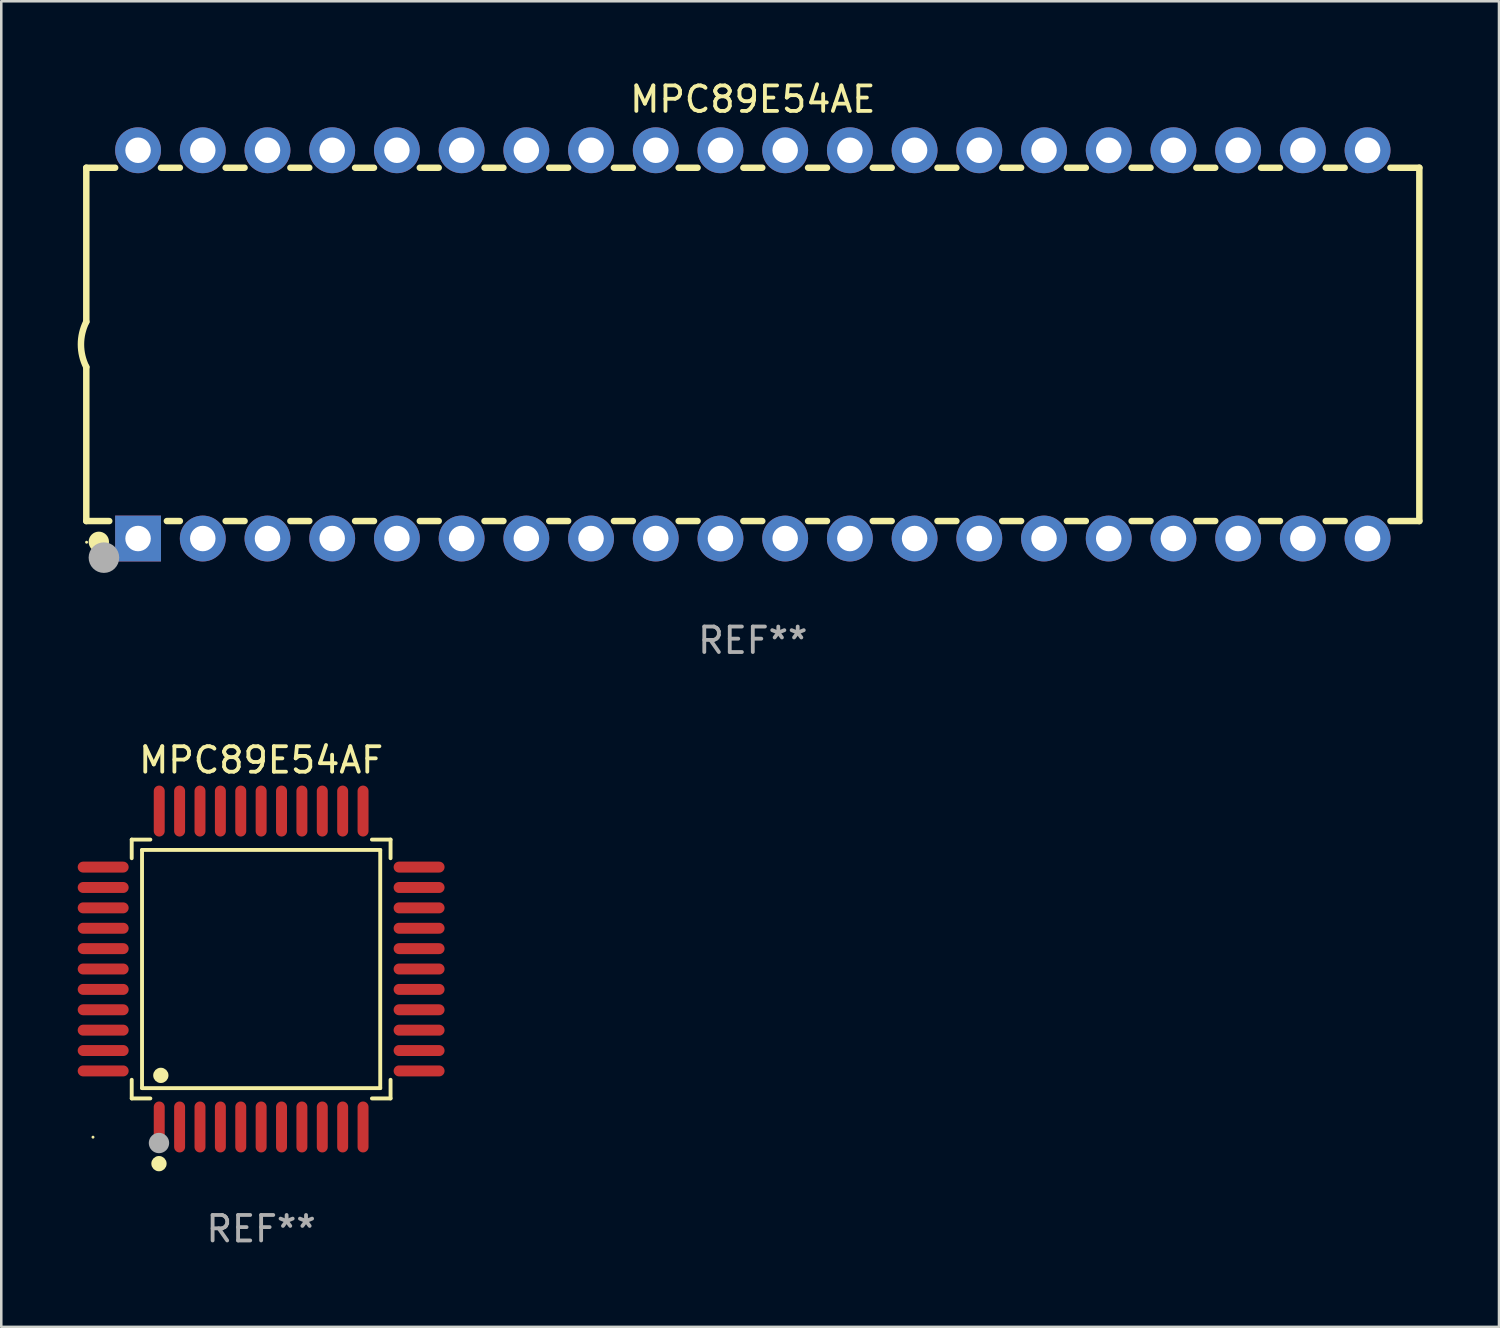
<source format=kicad_pcb>
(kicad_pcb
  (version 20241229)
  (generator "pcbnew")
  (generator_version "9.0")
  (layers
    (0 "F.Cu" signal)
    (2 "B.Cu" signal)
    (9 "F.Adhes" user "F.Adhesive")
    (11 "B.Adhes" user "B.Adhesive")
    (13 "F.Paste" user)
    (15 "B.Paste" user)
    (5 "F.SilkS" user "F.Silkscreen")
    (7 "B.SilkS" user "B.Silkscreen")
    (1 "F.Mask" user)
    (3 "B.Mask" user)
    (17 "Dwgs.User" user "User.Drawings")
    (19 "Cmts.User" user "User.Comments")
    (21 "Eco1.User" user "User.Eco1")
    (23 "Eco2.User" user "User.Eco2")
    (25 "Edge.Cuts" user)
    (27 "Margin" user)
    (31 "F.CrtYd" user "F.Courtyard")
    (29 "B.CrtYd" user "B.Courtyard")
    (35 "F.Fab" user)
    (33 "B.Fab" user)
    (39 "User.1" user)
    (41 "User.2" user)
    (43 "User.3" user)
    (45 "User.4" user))
  (footprint "MPC89E54AF"
    (layer "F.Cu")
    (at 7.2 34.985)
    (property "Reference" "MPC89E54AF" (at 0 -8.2 0) (layer "F.SilkS") (effects (font (size 1 1) (thickness 0.15))))
    (attr through_hole)
    (fp_line (start -5.08 -5.08) (end -4.348 -5.08) (stroke (width 0.152) (type solid)) (layer "F.SilkS"))
    (fp_line (start -5.08 -4.348) (end -5.08 -5.08) (stroke (width 0.152) (type solid)) (layer "F.SilkS"))
    (fp_line (start -5.08 4.348) (end -5.08 5.08) (stroke (width 0.152) (type solid)) (layer "F.SilkS"))
    (fp_line (start -5.08 5.08) (end -4.348 5.08) (stroke (width 0.152) (type solid)) (layer "F.SilkS"))
    (fp_line (start -4.675 -4.675) (end 4.675 -4.675) (stroke (width 0.152) (type solid)) (layer "F.SilkS"))
    (fp_line (start -4.675 4.675) (end -4.675 -4.675) (stroke (width 0.152) (type solid)) (layer "F.SilkS"))
    (fp_line (start 4.675 -4.675) (end 4.675 4.675) (stroke (width 0.152) (type solid)) (layer "F.SilkS"))
    (fp_line (start 4.675 4.675) (end -4.675 4.675) (stroke (width 0.152) (type solid)) (layer "F.SilkS"))
    (fp_line (start 5.08 -5.08) (end 4.348 -5.08) (stroke (width 0.152) (type solid)) (layer "F.SilkS"))
    (fp_line (start 5.08 -4.348) (end 5.08 -5.08) (stroke (width 0.152) (type solid)) (layer "F.SilkS"))
    (fp_line (start 5.08 4.348) (end 5.08 5.08) (stroke (width 0.152) (type solid)) (layer "F.SilkS"))
    (fp_line (start 5.08 5.08) (end 4.348 5.08) (stroke (width 0.152) (type solid)) (layer "F.SilkS"))
    (fp_circle (center -6.6 6.6) (end -6.57 6.6) (stroke (width 0.06) (type solid)) (fill no) (layer "F.SilkS"))
    (fp_circle (center -4.01 7.64) (end -3.86 7.64) (stroke (width 0.3) (type solid)) (fill no) (layer "F.SilkS"))
    (fp_circle (center -3.937 4.175) (end -3.787 4.175) (stroke (width 0.3) (type solid)) (fill no) (layer "F.SilkS"))
    (fp_circle (center -4.01 6.83) (end -3.81 6.83) (stroke (width 0.4) (type solid)) (fill no) (layer "F.Fab"))
    (fp_text user "REF**" (at 0 10.2 0) (layer "F.Fab") (effects (font (size 1 1) (thickness 0.15))))
    (pad "1" smd oval (at -4 6.2) (size 0.43 2) (layers "F.Cu" "F.Mask" "F.Paste"))
    (pad "2" smd oval (at -3.2 6.2) (size 0.43 2) (layers "F.Cu" "F.Mask" "F.Paste"))
    (pad "3" smd oval (at -2.4 6.2) (size 0.43 2) (layers "F.Cu" "F.Mask" "F.Paste"))
    (pad "4" smd oval (at -1.6 6.2) (size 0.43 2) (layers "F.Cu" "F.Mask" "F.Paste"))
    (pad "5" smd oval (at -0.8 6.2) (size 0.43 2) (layers "F.Cu" "F.Mask" "F.Paste"))
    (pad "6" smd oval (at 0 6.2) (size 0.43 2) (layers "F.Cu" "F.Mask" "F.Paste"))
    (pad "7" smd oval (at 0.8 6.2) (size 0.43 2) (layers "F.Cu" "F.Mask" "F.Paste"))
    (pad "8" smd oval (at 1.6 6.2) (size 0.43 2) (layers "F.Cu" "F.Mask" "F.Paste"))
    (pad "9" smd oval (at 2.4 6.2) (size 0.43 2) (layers "F.Cu" "F.Mask" "F.Paste"))
    (pad "10" smd oval (at 3.2 6.2) (size 0.43 2) (layers "F.Cu" "F.Mask" "F.Paste"))
    (pad "11" smd oval (at 4 6.2) (size 0.43 2) (layers "F.Cu" "F.Mask" "F.Paste"))
    (pad "12" smd oval (at 6.2 4) (size 2 0.43) (layers "F.Cu" "F.Mask" "F.Paste"))
    (pad "13" smd oval (at 6.2 3.2) (size 2 0.43) (layers "F.Cu" "F.Mask" "F.Paste"))
    (pad "14" smd oval (at 6.2 2.4) (size 2 0.43) (layers "F.Cu" "F.Mask" "F.Paste"))
    (pad "15" smd oval (at 6.2 1.6) (size 2 0.43) (layers "F.Cu" "F.Mask" "F.Paste"))
    (pad "16" smd oval (at 6.2 0.8) (size 2 0.43) (layers "F.Cu" "F.Mask" "F.Paste"))
    (pad "17" smd oval (at 6.2 0) (size 2 0.43) (layers "F.Cu" "F.Mask" "F.Paste"))
    (pad "18" smd oval (at 6.2 -0.8) (size 2 0.43) (layers "F.Cu" "F.Mask" "F.Paste"))
    (pad "19" smd oval (at 6.2 -1.6) (size 2 0.43) (layers "F.Cu" "F.Mask" "F.Paste"))
    (pad "20" smd oval (at 6.2 -2.4) (size 2 0.43) (layers "F.Cu" "F.Mask" "F.Paste"))
    (pad "21" smd oval (at 6.2 -3.2) (size 2 0.43) (layers "F.Cu" "F.Mask" "F.Paste"))
    (pad "22" smd oval (at 6.2 -4) (size 2 0.43) (layers "F.Cu" "F.Mask" "F.Paste"))
    (pad "23" smd oval (at 4 -6.2) (size 0.43 2) (layers "F.Cu" "F.Mask" "F.Paste"))
    (pad "24" smd oval (at 3.2 -6.2) (size 0.43 2) (layers "F.Cu" "F.Mask" "F.Paste"))
    (pad "25" smd oval (at 2.4 -6.2) (size 0.43 2) (layers "F.Cu" "F.Mask" "F.Paste"))
    (pad "26" smd oval (at 1.6 -6.2) (size 0.43 2) (layers "F.Cu" "F.Mask" "F.Paste"))
    (pad "27" smd oval (at 0.8 -6.2) (size 0.43 2) (layers "F.Cu" "F.Mask" "F.Paste"))
    (pad "28" smd oval (at 0 -6.2) (size 0.43 2) (layers "F.Cu" "F.Mask" "F.Paste"))
    (pad "29" smd oval (at -0.8 -6.2) (size 0.43 2) (layers "F.Cu" "F.Mask" "F.Paste"))
    (pad "30" smd oval (at -1.6 -6.2) (size 0.43 2) (layers "F.Cu" "F.Mask" "F.Paste"))
    (pad "31" smd oval (at -2.4 -6.2) (size 0.43 2) (layers "F.Cu" "F.Mask" "F.Paste"))
    (pad "32" smd oval (at -3.2 -6.2) (size 0.43 2) (layers "F.Cu" "F.Mask" "F.Paste"))
    (pad "33" smd oval (at -4 -6.2) (size 0.43 2) (layers "F.Cu" "F.Mask" "F.Paste"))
    (pad "34" smd oval (at -6.2 -4) (size 2 0.43) (layers "F.Cu" "F.Mask" "F.Paste"))
    (pad "35" smd oval (at -6.2 -3.2) (size 2 0.43) (layers "F.Cu" "F.Mask" "F.Paste"))
    (pad "36" smd oval (at -6.2 -2.4) (size 2 0.43) (layers "F.Cu" "F.Mask" "F.Paste"))
    (pad "37" smd oval (at -6.2 -1.6) (size 2 0.43) (layers "F.Cu" "F.Mask" "F.Paste"))
    (pad "38" smd oval (at -6.2 -0.8) (size 2 0.43) (layers "F.Cu" "F.Mask" "F.Paste"))
    (pad "39" smd oval (at -6.2 0) (size 2 0.43) (layers "F.Cu" "F.Mask" "F.Paste"))
    (pad "40" smd oval (at -6.2 0.8) (size 2 0.43) (layers "F.Cu" "F.Mask" "F.Paste"))
    (pad "41" smd oval (at -6.2 1.6) (size 2 0.43) (layers "F.Cu" "F.Mask" "F.Paste"))
    (pad "42" smd oval (at -6.2 2.4) (size 2 0.43) (layers "F.Cu" "F.Mask" "F.Paste"))
    (pad "43" smd oval (at -6.2 3.2) (size 2 0.43) (layers "F.Cu" "F.Mask" "F.Paste"))
    (pad "44" smd oval (at -6.2 4) (size 2 0.43) (layers "F.Cu" "F.Mask" "F.Paste")))
  (footprint "MPC89E54AE"
    (layer "F.Cu")
    (at 26.499 10.468)
    (property "Reference" "MPC89E54AE" (at 0 -9.62 0) (layer "F.SilkS") (effects (font (size 1 1) (thickness 0.15))))
    (attr through_hole)
    (fp_line (start -26.162 -6.934) (end -26.162 -0.889) (stroke (width 0.254) (type solid)) (layer "F.SilkS"))
    (fp_line (start -26.162 -6.934) (end -25.029 -6.934) (stroke (width 0.254) (type solid)) (layer "F.SilkS"))
    (fp_line (start -26.162 6.934) (end -26.162 0.889) (stroke (width 0.254) (type solid)) (layer "F.SilkS"))
    (fp_line (start -26.162 6.934) (end -25.261 6.934) (stroke (width 0.254) (type solid)) (layer "F.SilkS"))
    (fp_line (start -23.231 -6.934) (end -22.489 -6.934) (stroke (width 0.254) (type solid)) (layer "F.SilkS"))
    (fp_line (start -22.999 6.934) (end -22.489 6.934) (stroke (width 0.254) (type solid)) (layer "F.SilkS"))
    (fp_line (start -20.691 -6.934) (end -19.949 -6.934) (stroke (width 0.254) (type solid)) (layer "F.SilkS"))
    (fp_line (start -20.691 6.934) (end -19.949 6.934) (stroke (width 0.254) (type solid)) (layer "F.SilkS"))
    (fp_line (start -18.151 -6.934) (end -17.409 -6.934) (stroke (width 0.254) (type solid)) (layer "F.SilkS"))
    (fp_line (start -18.151 6.934) (end -17.409 6.934) (stroke (width 0.254) (type solid)) (layer "F.SilkS"))
    (fp_line (start -15.611 -6.934) (end -14.869 -6.934) (stroke (width 0.254) (type solid)) (layer "F.SilkS"))
    (fp_line (start -15.611 6.934) (end -14.869 6.934) (stroke (width 0.254) (type solid)) (layer "F.SilkS"))
    (fp_line (start -13.071 -6.934) (end -12.329 -6.934) (stroke (width 0.254) (type solid)) (layer "F.SilkS"))
    (fp_line (start -13.071 6.934) (end -12.329 6.934) (stroke (width 0.254) (type solid)) (layer "F.SilkS"))
    (fp_line (start -10.531 -6.934) (end -9.789 -6.934) (stroke (width 0.254) (type solid)) (layer "F.SilkS"))
    (fp_line (start -10.531 6.934) (end -9.789 6.934) (stroke (width 0.254) (type solid)) (layer "F.SilkS"))
    (fp_line (start -7.991 -6.934) (end -7.249 -6.934) (stroke (width 0.254) (type solid)) (layer "F.SilkS"))
    (fp_line (start -7.991 6.934) (end -7.249 6.934) (stroke (width 0.254) (type solid)) (layer "F.SilkS"))
    (fp_line (start -5.451 -6.934) (end -4.709 -6.934) (stroke (width 0.254) (type solid)) (layer "F.SilkS"))
    (fp_line (start -5.451 6.934) (end -4.709 6.934) (stroke (width 0.254) (type solid)) (layer "F.SilkS"))
    (fp_line (start -2.911 -6.934) (end -2.169 -6.934) (stroke (width 0.254) (type solid)) (layer "F.SilkS"))
    (fp_line (start -2.911 6.934) (end -2.169 6.934) (stroke (width 0.254) (type solid)) (layer "F.SilkS"))
    (fp_line (start -0.371 -6.934) (end 0.371 -6.934) (stroke (width 0.254) (type solid)) (layer "F.SilkS"))
    (fp_line (start -0.371 6.934) (end 0.371 6.934) (stroke (width 0.254) (type solid)) (layer "F.SilkS"))
    (fp_line (start 2.169 -6.934) (end 2.911 -6.934) (stroke (width 0.254) (type solid)) (layer "F.SilkS"))
    (fp_line (start 2.169 6.934) (end 2.911 6.934) (stroke (width 0.254) (type solid)) (layer "F.SilkS"))
    (fp_line (start 4.709 -6.934) (end 5.451 -6.934) (stroke (width 0.254) (type solid)) (layer "F.SilkS"))
    (fp_line (start 4.709 6.934) (end 5.451 6.934) (stroke (width 0.254) (type solid)) (layer "F.SilkS"))
    (fp_line (start 7.249 -6.934) (end 7.991 -6.934) (stroke (width 0.254) (type solid)) (layer "F.SilkS"))
    (fp_line (start 7.249 6.934) (end 7.991 6.934) (stroke (width 0.254) (type solid)) (layer "F.SilkS"))
    (fp_line (start 9.789 -6.934) (end 10.531 -6.934) (stroke (width 0.254) (type solid)) (layer "F.SilkS"))
    (fp_line (start 9.789 6.934) (end 10.531 6.934) (stroke (width 0.254) (type solid)) (layer "F.SilkS"))
    (fp_line (start 12.329 -6.934) (end 13.071 -6.934) (stroke (width 0.254) (type solid)) (layer "F.SilkS"))
    (fp_line (start 12.329 6.934) (end 13.071 6.934) (stroke (width 0.254) (type solid)) (layer "F.SilkS"))
    (fp_line (start 14.869 -6.934) (end 15.611 -6.934) (stroke (width 0.254) (type solid)) (layer "F.SilkS"))
    (fp_line (start 14.869 6.934) (end 15.611 6.934) (stroke (width 0.254) (type solid)) (layer "F.SilkS"))
    (fp_line (start 17.409 -6.934) (end 18.151 -6.934) (stroke (width 0.254) (type solid)) (layer "F.SilkS"))
    (fp_line (start 17.409 6.934) (end 18.151 6.934) (stroke (width 0.254) (type solid)) (layer "F.SilkS"))
    (fp_line (start 19.949 -6.934) (end 20.691 -6.934) (stroke (width 0.254) (type solid)) (layer "F.SilkS"))
    (fp_line (start 19.949 6.934) (end 20.691 6.934) (stroke (width 0.254) (type solid)) (layer "F.SilkS"))
    (fp_line (start 22.489 -6.934) (end 23.231 -6.934) (stroke (width 0.254) (type solid)) (layer "F.SilkS"))
    (fp_line (start 22.489 6.934) (end 23.231 6.934) (stroke (width 0.254) (type solid)) (layer "F.SilkS"))
    (fp_line (start 25.029 -6.934) (end 26.162 -6.934) (stroke (width 0.254) (type solid)) (layer "F.SilkS"))
    (fp_line (start 25.029 6.934) (end 26.162 6.934) (stroke (width 0.254) (type solid)) (layer "F.SilkS"))
    (fp_line (start 26.162 -6.934) (end 26.162 6.934) (stroke (width 0.254) (type solid)) (layer "F.SilkS"))
    (fp_arc (start -26.162052 0.889001) (mid -26.371917 0) (end -26.162052 -0.889002) (stroke (width 0.254001) (type solid)) (layer "F.SilkS"))
    (fp_circle (center -26.15 7.765) (end -26.12 7.765) (stroke (width 0.06) (type solid)) (fill no) (layer "F.SilkS"))
    (fp_circle (center -25.67 7.75) (end -25.47 7.75) (stroke (width 0.4) (type solid)) (fill no) (layer "F.SilkS"))
    (fp_circle (center -25.47 8.37) (end -25.17 8.37) (stroke (width 0.6) (type solid)) (fill no) (layer "F.Fab"))
    (fp_text user "REF**" (at 0 11.62 0) (layer "F.Fab") (effects (font (size 1 1) (thickness 0.15))))
    (pad "1" thru_hole rect (at -24.13 7.62) (size 1.8 1.8) (drill 1) (layers "*.Cu" "*.Mask"))
    (pad "2" thru_hole circle (at -21.59 7.62) (size 1.8 1.8) (drill 1) (layers "*.Cu" "*.Mask"))
    (pad "3" thru_hole circle (at -19.05 7.62) (size 1.8 1.8) (drill 1) (layers "*.Cu" "*.Mask"))
    (pad "4" thru_hole circle (at -16.51 7.62) (size 1.8 1.8) (drill 1) (layers "*.Cu" "*.Mask"))
    (pad "5" thru_hole circle (at -13.97 7.62) (size 1.8 1.8) (drill 1) (layers "*.Cu" "*.Mask"))
    (pad "6" thru_hole circle (at -11.43 7.62) (size 1.8 1.8) (drill 1) (layers "*.Cu" "*.Mask"))
    (pad "7" thru_hole circle (at -8.89 7.62) (size 1.8 1.8) (drill 1) (layers "*.Cu" "*.Mask"))
    (pad "8" thru_hole circle (at -6.35 7.62) (size 1.8 1.8) (drill 1) (layers "*.Cu" "*.Mask"))
    (pad "9" thru_hole circle (at -3.81 7.62) (size 1.8 1.8) (drill 1) (layers "*.Cu" "*.Mask"))
    (pad "10" thru_hole circle (at -1.27 7.62) (size 1.8 1.8) (drill 1) (layers "*.Cu" "*.Mask"))
    (pad "11" thru_hole circle (at 1.27 7.62) (size 1.8 1.8) (drill 1) (layers "*.Cu" "*.Mask"))
    (pad "12" thru_hole circle (at 3.81 7.62) (size 1.8 1.8) (drill 1) (layers "*.Cu" "*.Mask"))
    (pad "13" thru_hole circle (at 6.35 7.62) (size 1.8 1.8) (drill 1) (layers "*.Cu" "*.Mask"))
    (pad "14" thru_hole circle (at 8.89 7.62) (size 1.8 1.8) (drill 1) (layers "*.Cu" "*.Mask"))
    (pad "15" thru_hole circle (at 11.43 7.62) (size 1.8 1.8) (drill 1) (layers "*.Cu" "*.Mask"))
    (pad "16" thru_hole circle (at 13.97 7.62) (size 1.8 1.8) (drill 1) (layers "*.Cu" "*.Mask"))
    (pad "17" thru_hole circle (at 16.51 7.62) (size 1.8 1.8) (drill 1) (layers "*.Cu" "*.Mask"))
    (pad "18" thru_hole circle (at 19.05 7.62) (size 1.8 1.8) (drill 1) (layers "*.Cu" "*.Mask"))
    (pad "19" thru_hole circle (at 21.59 7.62) (size 1.8 1.8) (drill 1) (layers "*.Cu" "*.Mask"))
    (pad "20" thru_hole circle (at 24.13 7.62) (size 1.8 1.8) (drill 1) (layers "*.Cu" "*.Mask"))
    (pad "21" thru_hole circle (at 24.13 -7.62) (size 1.8 1.8) (drill 1) (layers "*.Cu" "*.Mask"))
    (pad "22" thru_hole circle (at 21.59 -7.62) (size 1.8 1.8) (drill 1) (layers "*.Cu" "*.Mask"))
    (pad "23" thru_hole circle (at 19.05 -7.62) (size 1.8 1.8) (drill 1) (layers "*.Cu" "*.Mask"))
    (pad "24" thru_hole circle (at 16.51 -7.62) (size 1.8 1.8) (drill 1) (layers "*.Cu" "*.Mask"))
    (pad "25" thru_hole circle (at 13.97 -7.62) (size 1.8 1.8) (drill 1) (layers "*.Cu" "*.Mask"))
    (pad "26" thru_hole circle (at 11.43 -7.62) (size 1.8 1.8) (drill 1) (layers "*.Cu" "*.Mask"))
    (pad "27" thru_hole circle (at 8.89 -7.62) (size 1.8 1.8) (drill 1) (layers "*.Cu" "*.Mask"))
    (pad "28" thru_hole circle (at 6.35 -7.62) (size 1.8 1.8) (drill 1) (layers "*.Cu" "*.Mask"))
    (pad "29" thru_hole circle (at 3.81 -7.62) (size 1.8 1.8) (drill 1) (layers "*.Cu" "*.Mask"))
    (pad "30" thru_hole circle (at 1.27 -7.62) (size 1.8 1.8) (drill 1) (layers "*.Cu" "*.Mask"))
    (pad "31" thru_hole circle (at -1.27 -7.62) (size 1.8 1.8) (drill 1) (layers "*.Cu" "*.Mask"))
    (pad "32" thru_hole circle (at -3.81 -7.62) (size 1.8 1.8) (drill 1) (layers "*.Cu" "*.Mask"))
    (pad "33" thru_hole circle (at -6.35 -7.62) (size 1.8 1.8) (drill 1) (layers "*.Cu" "*.Mask"))
    (pad "34" thru_hole circle (at -8.89 -7.62) (size 1.8 1.8) (drill 1) (layers "*.Cu" "*.Mask"))
    (pad "35" thru_hole circle (at -11.43 -7.62) (size 1.8 1.8) (drill 1) (layers "*.Cu" "*.Mask"))
    (pad "36" thru_hole circle (at -13.97 -7.62) (size 1.8 1.8) (drill 1) (layers "*.Cu" "*.Mask"))
    (pad "37" thru_hole circle (at -16.51 -7.62) (size 1.8 1.8) (drill 1) (layers "*.Cu" "*.Mask"))
    (pad "38" thru_hole circle (at -19.05 -7.62) (size 1.8 1.8) (drill 1) (layers "*.Cu" "*.Mask"))
    (pad "39" thru_hole circle (at -21.59 -7.62) (size 1.8 1.8) (drill 1) (layers "*.Cu" "*.Mask"))
    (pad "40" thru_hole circle (at -24.13 -7.62) (size 1.8 1.8) (drill 1) (layers "*.Cu" "*.Mask")))
  (gr_rect
    (start -3 -3)
    (end 55.788 49.033)
    (stroke (width 0.1) (type default))
    (fill no)
    (layer "Edge.Cuts")))
</source>
